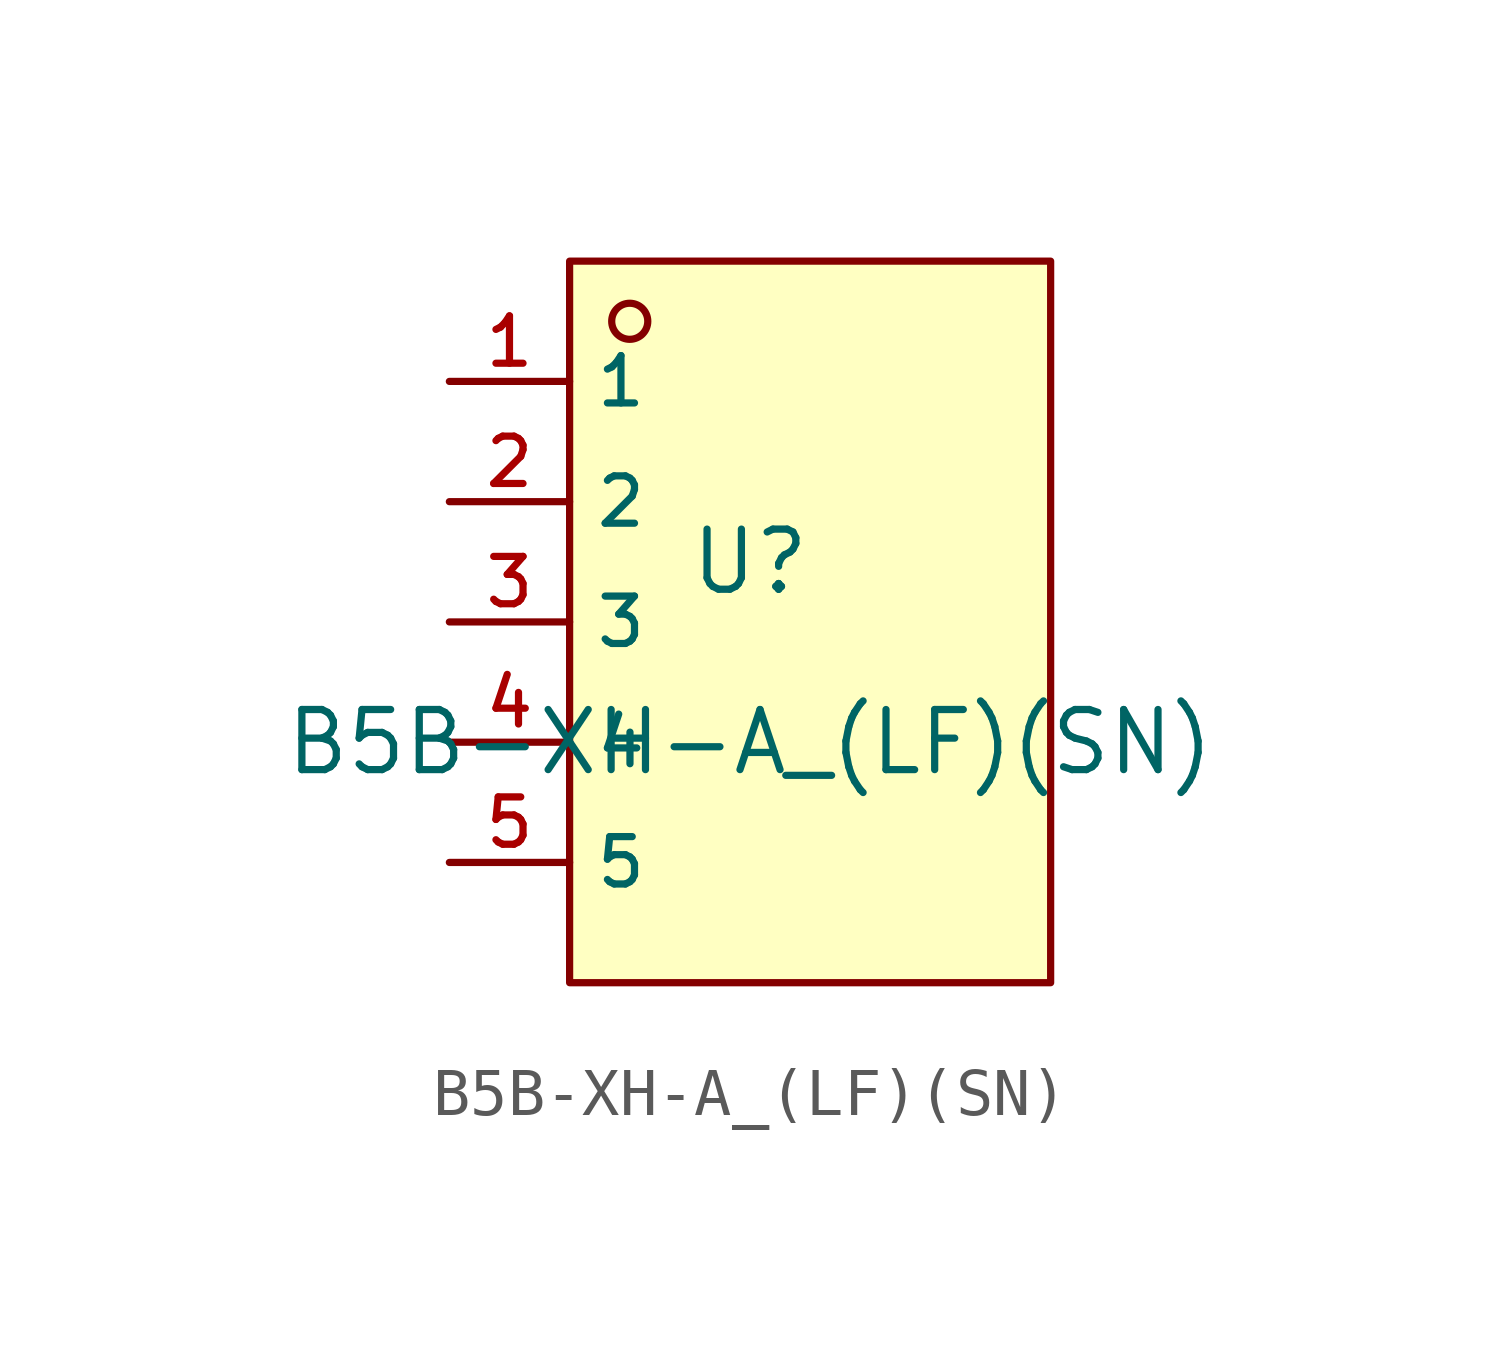
<source format=kicad_sym>
(kicad_symbol_lib
  (version 20210201)
  (generator TousstNicolas/JLC2KiCad_lib)
  (symbol "B5B-XH-A_(LF)(SN)"
    (property "Reference" "U"
      (at 0 1.27 0)
      (effects (font (size 1.27 1.27))))
    (property "Value" "B5B-XH-A_(LF)(SN)"
      (at 0 -2.54 0)
      (effects (font (size 1.27 1.27))))
    (symbol "B5B-XH-A_(LF)(SN)_0_1"
      (rectangle (start -3.81 7.62) (end 6.35 -7.62) (stroke (width 0) (type default) (color 0 0 0 0)) (fill (type background)))
      (circle (center -2.54 6.35) (radius 0.381) (stroke (width 0) (type default) (color 0 0 0 0)) (fill (type background)))
      (pin unspecified line (at -6.35 5.08 0) (length 2.54) (name "1" (effects (font (size 1 1)))) (number "1" (effects (font (size 1 1)))))
      (pin unspecified line (at -6.35 2.54 0) (length 2.54) (name "2" (effects (font (size 1 1)))) (number "2" (effects (font (size 1 1)))))
      (pin unspecified line (at -6.35 -0.0 0) (length 2.54) (name "3" (effects (font (size 1 1)))) (number "3" (effects (font (size 1 1)))))
      (pin unspecified line (at -6.35 -2.54 0) (length 2.54) (name "4" (effects (font (size 1 1)))) (number "4" (effects (font (size 1 1)))))
      (pin unspecified line (at -6.35 -5.08 0) (length 2.54) (name "5" (effects (font (size 1 1)))) (number "5" (effects (font (size 1 1))))))))
</source>
